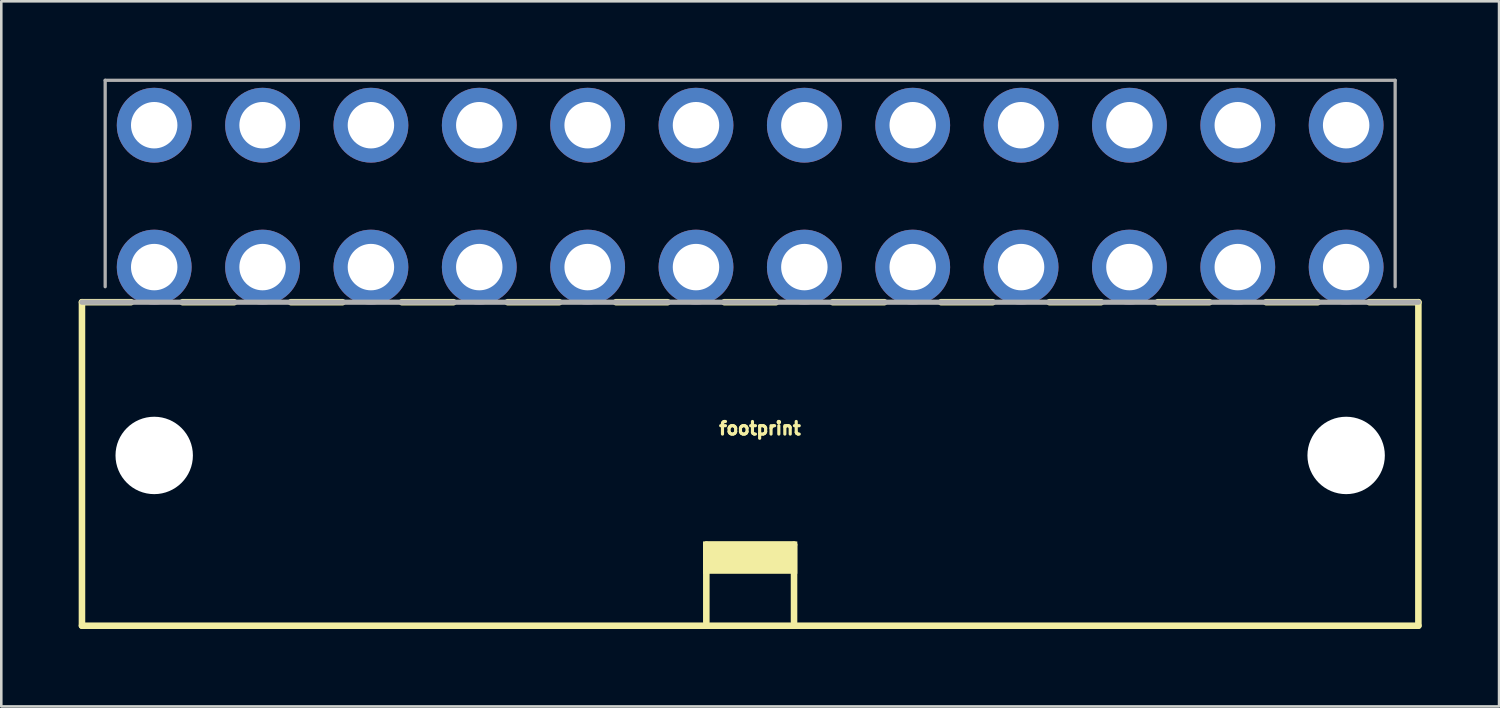
<source format=kicad_pcb>
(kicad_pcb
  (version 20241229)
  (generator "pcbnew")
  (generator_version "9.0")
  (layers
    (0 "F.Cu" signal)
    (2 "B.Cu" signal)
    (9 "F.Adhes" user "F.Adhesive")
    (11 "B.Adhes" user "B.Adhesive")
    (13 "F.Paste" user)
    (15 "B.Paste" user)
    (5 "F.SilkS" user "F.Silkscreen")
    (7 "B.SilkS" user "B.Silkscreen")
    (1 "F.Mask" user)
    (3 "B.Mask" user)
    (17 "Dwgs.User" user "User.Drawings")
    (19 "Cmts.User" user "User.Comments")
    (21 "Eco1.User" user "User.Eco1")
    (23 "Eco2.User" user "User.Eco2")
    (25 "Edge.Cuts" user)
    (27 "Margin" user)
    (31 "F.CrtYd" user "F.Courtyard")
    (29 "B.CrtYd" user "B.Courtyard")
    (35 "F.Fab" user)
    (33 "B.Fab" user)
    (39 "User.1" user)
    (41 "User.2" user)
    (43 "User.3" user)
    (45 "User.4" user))
  (footprint "footprint"
    (layer "F.Cu")
    (at 26.027 12.063)
    (property "Reference" "footprint" (at -1.27 1.778 0) (layer "F.SilkS") (effects (font (size 0.488 0.488) (thickness 0.122)) (justify left bottom)))
    (fp_line (start -25.9 -3.4) (end -25.9 9.14) (stroke (width 0.254) (type solid)) (layer "F.SilkS"))
    (fp_line (start -25.9 -3.4) (end -24 -3.4) (stroke (width 0.254) (type solid)) (layer "F.SilkS"))
    (fp_line (start -25.9 9.14) (end 25.9 9.14) (stroke (width 0.254) (type solid)) (layer "F.SilkS"))
    (fp_line (start -20 -3.4) (end -22 -3.4) (stroke (width 0.254) (type solid)) (layer "F.SilkS"))
    (fp_line (start -15.8 -3.4) (end -17.8 -3.4) (stroke (width 0.254) (type solid)) (layer "F.SilkS"))
    (fp_line (start -11.5 -3.4) (end -13.5 -3.4) (stroke (width 0.254) (type solid)) (layer "F.SilkS"))
    (fp_line (start -7.4 -3.4) (end -9.4 -3.4) (stroke (width 0.254) (type solid)) (layer "F.SilkS"))
    (fp_line (start -3.2 -3.4) (end -5.2 -3.4) (stroke (width 0.254) (type solid)) (layer "F.SilkS"))
    (fp_line (start -1.7 6) (end 1.7 6) (stroke (width 0.254) (type solid)) (layer "F.SilkS"))
    (fp_line (start -1.7 9) (end -1.7 6) (stroke (width 0.254) (type solid)) (layer "F.SilkS"))
    (fp_line (start 1 -3.4) (end -1 -3.4) (stroke (width 0.254) (type solid)) (layer "F.SilkS"))
    (fp_line (start 1.7 6) (end 1.7 9) (stroke (width 0.254) (type solid)) (layer "F.SilkS"))
    (fp_line (start 5.2 -3.4) (end 3.2 -3.4) (stroke (width 0.254) (type solid)) (layer "F.SilkS"))
    (fp_line (start 9.4 -3.4) (end 7.4 -3.4) (stroke (width 0.254) (type solid)) (layer "F.SilkS"))
    (fp_line (start 13.6 -3.4) (end 11.6 -3.4) (stroke (width 0.254) (type solid)) (layer "F.SilkS"))
    (fp_line (start 17.8 -3.4) (end 15.8 -3.4) (stroke (width 0.254) (type solid)) (layer "F.SilkS"))
    (fp_line (start 22 -3.4) (end 20 -3.4) (stroke (width 0.254) (type solid)) (layer "F.SilkS"))
    (fp_line (start 25.9 -3.4) (end 24 -3.4) (stroke (width 0.254) (type solid)) (layer "F.SilkS"))
    (fp_line (start 25.9 9.14) (end 25.9 -3.4) (stroke (width 0.254) (type solid)) (layer "F.SilkS"))
    (fp_poly (pts (xy 1.827 7.127) (xy -1.827 7.127) (xy -1.827 5.873) (xy 1.827 5.873)) (stroke (width 0) (type solid)) (fill yes) (layer "F.SilkS"))
    (fp_line (start -25 -12) (end 25 -12) (stroke (width 0.127) (type solid)) (layer "F.Fab"))
    (fp_line (start -25 -4) (end -25 -12) (stroke (width 0.127) (type solid)) (layer "F.Fab"))
    (fp_line (start 25 -12) (end 25 -4) (stroke (width 0.127) (type solid)) (layer "F.Fab"))
    (fp_line (start 25.9 -3.4) (end -25.9 -3.4) (stroke (width 0.203) (type solid)) (layer "F.Fab"))
    (pad "" np_thru_hole circle (at -23.1 2.54) (size 3 3) (drill 3) (layers "*.Cu" "*.Mask"))
    (pad "" np_thru_hole circle (at 23.1 2.54) (size 3 3) (drill 3) (layers "*.Cu" "*.Mask"))
    (pad "1" thru_hole circle (at 23.1 -4.76 180) (size 2.9 2.9) (drill 1.8) (layers "*.Cu" "*.Mask"))
    (pad "2" thru_hole circle (at 18.9 -4.76 180) (size 2.9 2.9) (drill 1.8) (layers "*.Cu" "*.Mask"))
    (pad "3" thru_hole circle (at 14.7 -4.76 180) (size 2.9 2.9) (drill 1.8) (layers "*.Cu" "*.Mask"))
    (pad "4" thru_hole circle (at 10.5 -4.76 180) (size 2.9 2.9) (drill 1.8) (layers "*.Cu" "*.Mask"))
    (pad "5" thru_hole circle (at 6.3 -4.76 180) (size 2.9 2.9) (drill 1.8) (layers "*.Cu" "*.Mask"))
    (pad "6" thru_hole circle (at 2.1 -4.76 180) (size 2.9 2.9) (drill 1.8) (layers "*.Cu" "*.Mask"))
    (pad "7" thru_hole circle (at -2.1 -4.76 180) (size 2.9 2.9) (drill 1.8) (layers "*.Cu" "*.Mask"))
    (pad "8" thru_hole circle (at -6.3 -4.76 180) (size 2.9 2.9) (drill 1.8) (layers "*.Cu" "*.Mask"))
    (pad "9" thru_hole circle (at -10.5 -4.76 180) (size 2.9 2.9) (drill 1.8) (layers "*.Cu" "*.Mask"))
    (pad "10" thru_hole circle (at -14.7 -4.76 180) (size 2.9 2.9) (drill 1.8) (layers "*.Cu" "*.Mask"))
    (pad "11" thru_hole circle (at -18.9 -4.76 180) (size 2.9 2.9) (drill 1.8) (layers "*.Cu" "*.Mask"))
    (pad "12" thru_hole circle (at -23.1 -4.76 180) (size 2.9 2.9) (drill 1.8) (layers "*.Cu" "*.Mask"))
    (pad "13" thru_hole circle (at 23.1 -10.26 180) (size 2.9 2.9) (drill 1.8) (layers "*.Cu" "*.Mask"))
    (pad "14" thru_hole circle (at 18.9 -10.26 180) (size 2.9 2.9) (drill 1.8) (layers "*.Cu" "*.Mask"))
    (pad "15" thru_hole circle (at 14.7 -10.26 180) (size 2.9 2.9) (drill 1.8) (layers "*.Cu" "*.Mask"))
    (pad "16" thru_hole circle (at 10.5 -10.26 180) (size 2.9 2.9) (drill 1.8) (layers "*.Cu" "*.Mask"))
    (pad "17" thru_hole circle (at 6.3 -10.26 180) (size 2.9 2.9) (drill 1.8) (layers "*.Cu" "*.Mask"))
    (pad "18" thru_hole circle (at 2.1 -10.26 180) (size 2.9 2.9) (drill 1.8) (layers "*.Cu" "*.Mask"))
    (pad "19" thru_hole circle (at -2.1 -10.26 180) (size 2.9 2.9) (drill 1.8) (layers "*.Cu" "*.Mask"))
    (pad "20" thru_hole circle (at -6.3 -10.26 180) (size 2.9 2.9) (drill 1.8) (layers "*.Cu" "*.Mask"))
    (pad "21" thru_hole circle (at -10.5 -10.26 180) (size 2.9 2.9) (drill 1.8) (layers "*.Cu" "*.Mask"))
    (pad "22" thru_hole circle (at -14.7 -10.26 180) (size 2.9 2.9) (drill 1.8) (layers "*.Cu" "*.Mask"))
    (pad "23" thru_hole circle (at -18.9 -10.26 180) (size 2.9 2.9) (drill 1.8) (layers "*.Cu" "*.Mask"))
    (pad "24" thru_hole circle (at -23.1 -10.26 180) (size 2.9 2.9) (drill 1.8) (layers "*.Cu" "*.Mask")))
  (gr_rect
    (start -3 -3)
    (end 55.054 24.331)
    (stroke (width 0.1) (type default))
    (fill no)
    (layer "Edge.Cuts")))
</source>
